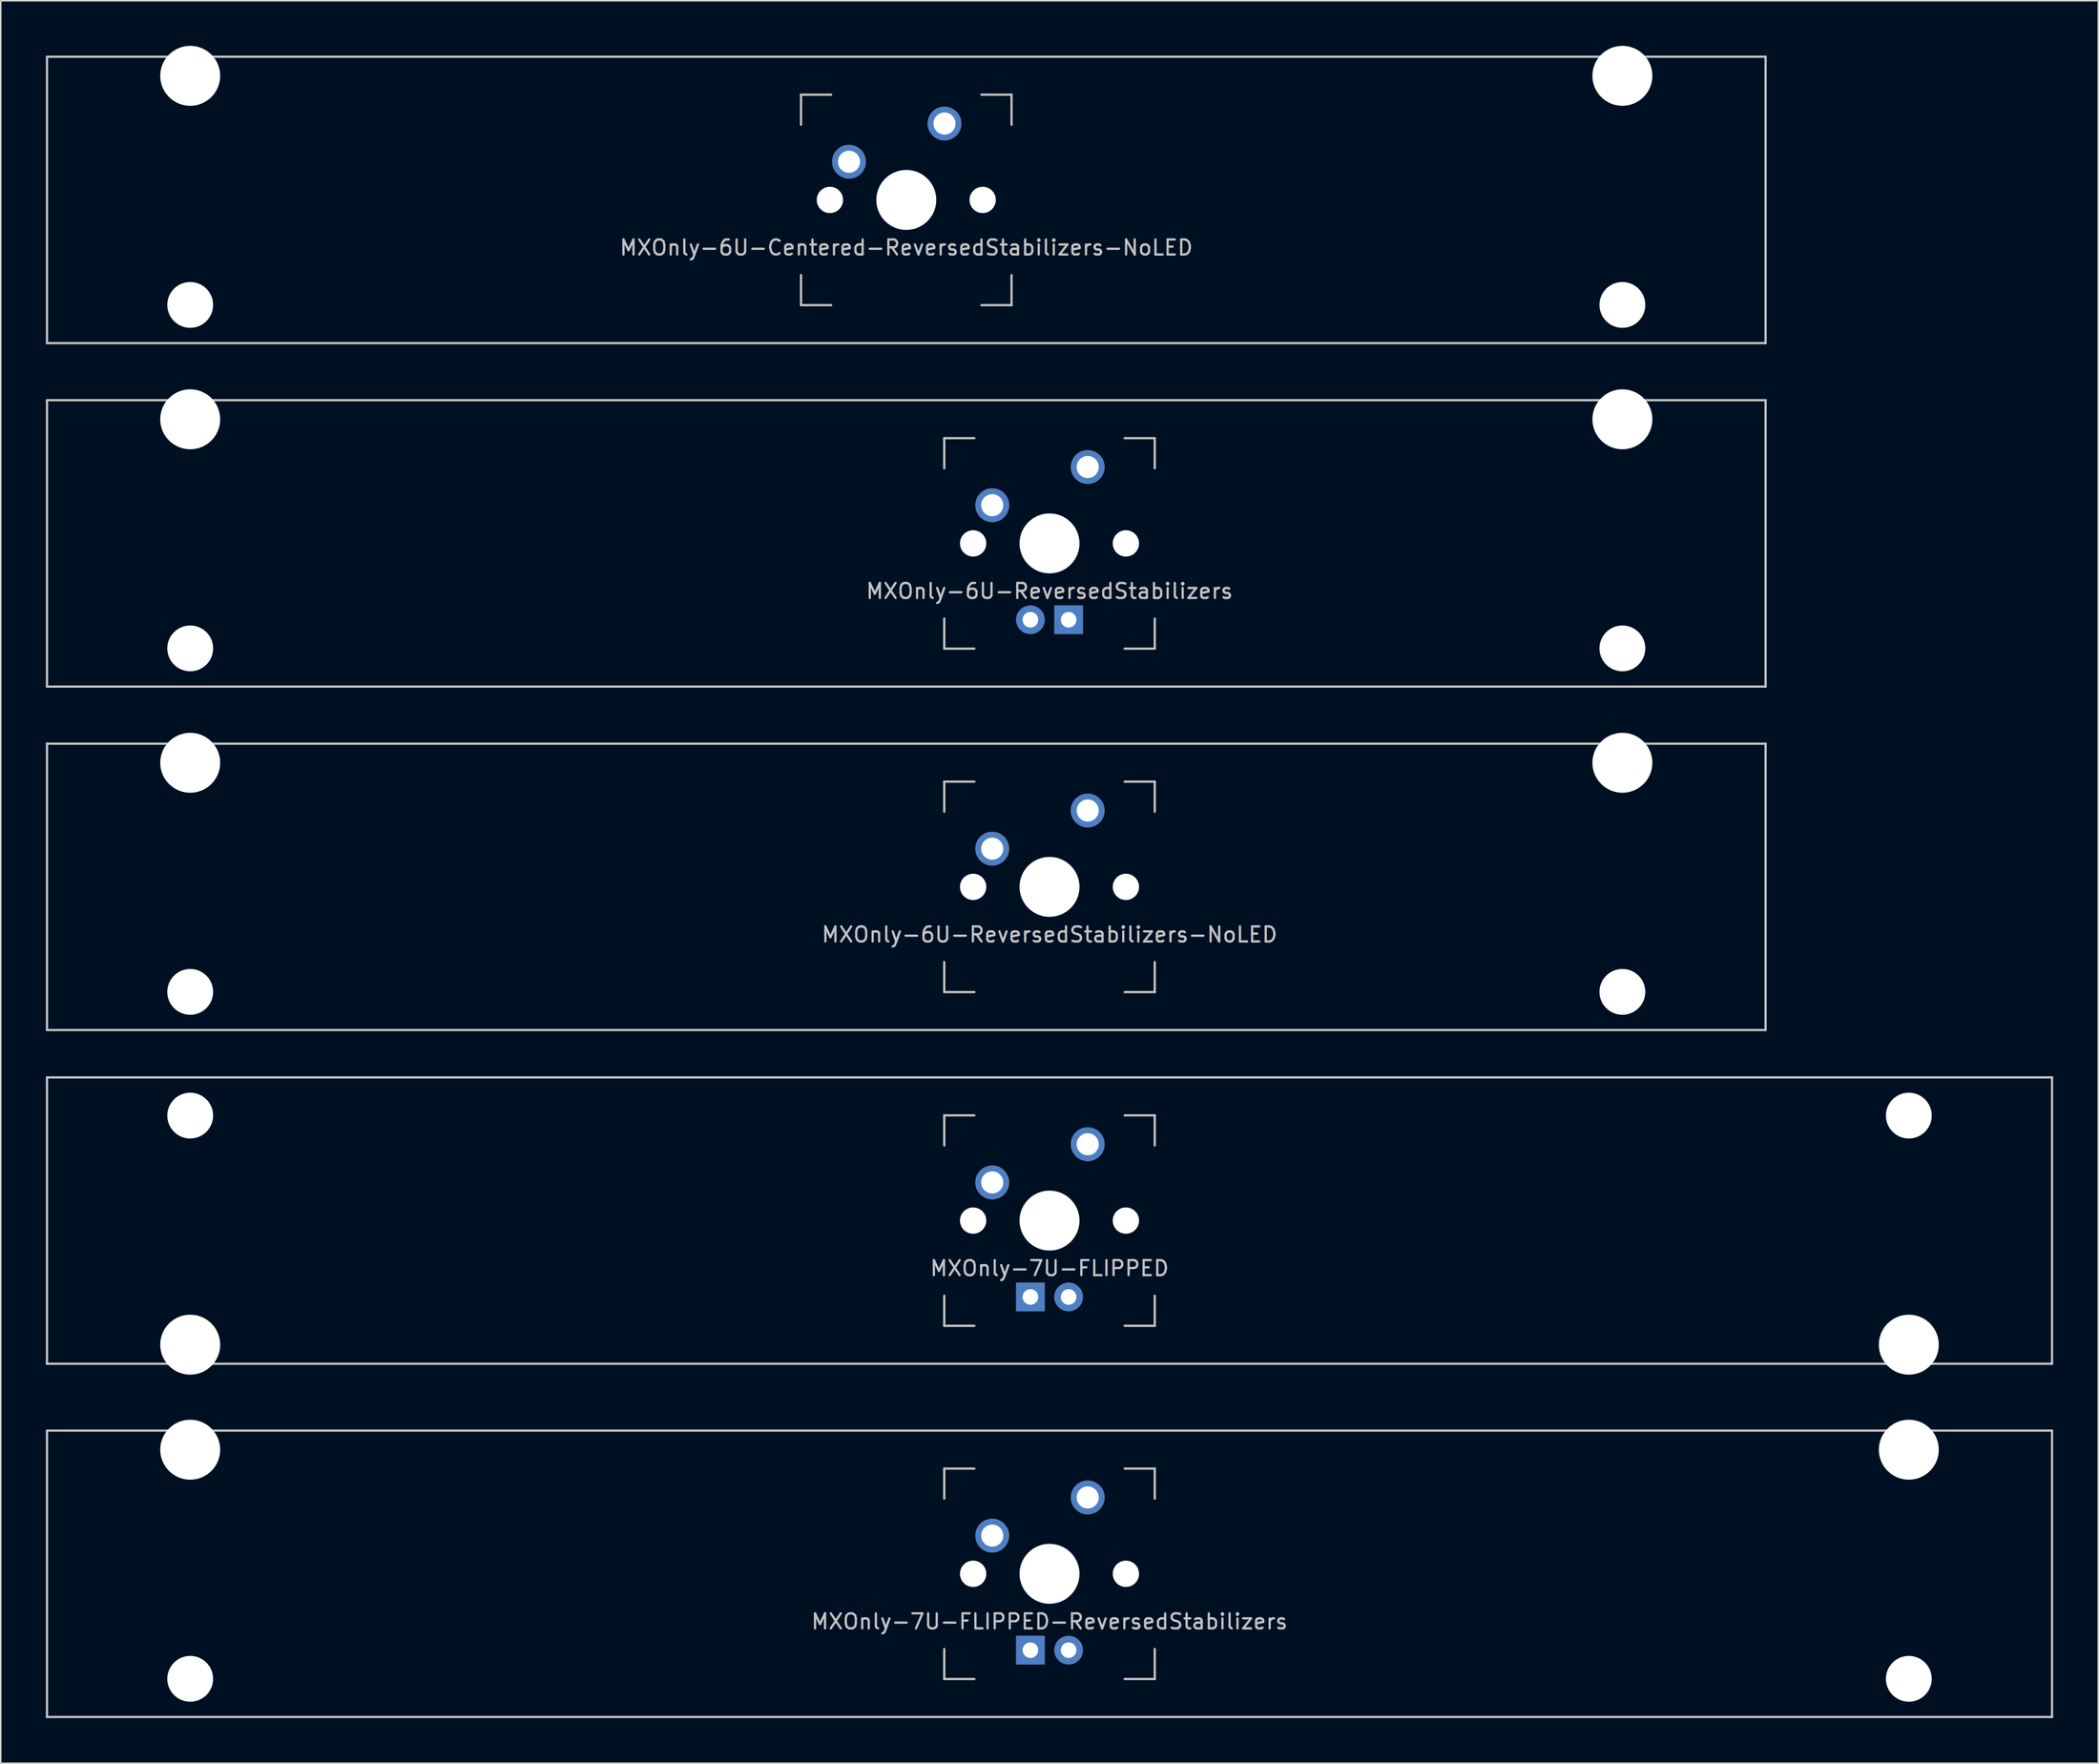
<source format=kicad_pcb>
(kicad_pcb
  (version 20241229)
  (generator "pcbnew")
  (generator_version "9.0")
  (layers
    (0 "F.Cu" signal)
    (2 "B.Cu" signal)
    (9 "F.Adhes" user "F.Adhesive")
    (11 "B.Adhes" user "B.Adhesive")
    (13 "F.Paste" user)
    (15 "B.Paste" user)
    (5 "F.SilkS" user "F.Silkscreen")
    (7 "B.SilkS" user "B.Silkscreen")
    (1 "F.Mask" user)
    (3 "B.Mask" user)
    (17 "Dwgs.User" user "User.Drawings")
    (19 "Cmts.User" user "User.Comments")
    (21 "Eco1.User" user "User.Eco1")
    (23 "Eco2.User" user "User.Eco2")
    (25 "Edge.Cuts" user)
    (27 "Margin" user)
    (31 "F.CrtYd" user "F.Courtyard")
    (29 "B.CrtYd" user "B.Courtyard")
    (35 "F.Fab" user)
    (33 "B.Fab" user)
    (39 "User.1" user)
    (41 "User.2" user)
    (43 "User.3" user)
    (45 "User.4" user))
  (footprint "MXOnly-6U-ReversedStabilizers"
    (layer "F.Cu")
    (at 57.225 33.098)
    (property "Reference" "MXOnly-6U-ReversedStabilizers" (at 9.525 3.175 0) (layer "Dwgs.User") (effects (font (size 1 1) (thickness 0.15))))
    (attr through_hole)
    (fp_line (start -57.15 -9.525) (end 57.15 -9.525) (stroke (width 0.15) (type solid)) (layer "Dwgs.User"))
    (fp_line (start -57.15 9.525) (end -57.15 -9.525) (stroke (width 0.15) (type solid)) (layer "Dwgs.User"))
    (fp_line (start -57.15 9.525) (end 57.15 9.525) (stroke (width 0.15) (type solid)) (layer "Dwgs.User"))
    (fp_line (start 2.525 -7) (end 2.525 -5) (stroke (width 0.15) (type solid)) (layer "Dwgs.User"))
    (fp_line (start 2.525 5) (end 2.525 7) (stroke (width 0.15) (type solid)) (layer "Dwgs.User"))
    (fp_line (start 2.525 7) (end 4.525 7) (stroke (width 0.15) (type solid)) (layer "Dwgs.User"))
    (fp_line (start 4.525 -7) (end 2.525 -7) (stroke (width 0.15) (type solid)) (layer "Dwgs.User"))
    (fp_line (start 14.525 -7) (end 16.525 -7) (stroke (width 0.15) (type solid)) (layer "Dwgs.User"))
    (fp_line (start 14.525 7) (end 16.525 7) (stroke (width 0.15) (type solid)) (layer "Dwgs.User"))
    (fp_line (start 16.525 -7) (end 16.525 -5) (stroke (width 0.15) (type solid)) (layer "Dwgs.User"))
    (fp_line (start 16.525 7) (end 16.525 5) (stroke (width 0.15) (type solid)) (layer "Dwgs.User"))
    (fp_line (start 57.15 -9.525) (end 57.15 9.525) (stroke (width 0.15) (type solid)) (layer "Dwgs.User"))
    (pad "" np_thru_hole circle (at -47.625 -8.255) (size 3.988 3.988) (drill 3.988) (layers "*.Cu" "*.Mask"))
    (pad "" np_thru_hole circle (at -47.625 6.985) (size 3.048 3.048) (drill 3.048) (layers "*.Cu" "*.Mask"))
    (pad "" np_thru_hole circle (at 4.445 0 48.1) (size 1.75 1.75) (drill 1.75) (layers "*.Cu" "*.Mask"))
    (pad "" np_thru_hole circle (at 9.525 0) (size 3.988 3.988) (drill 3.988) (layers "*.Cu" "*.Mask"))
    (pad "" np_thru_hole circle (at 14.605 0 48.1) (size 1.75 1.75) (drill 1.75) (layers "*.Cu" "*.Mask"))
    (pad "" np_thru_hole circle (at 47.625 -8.255) (size 3.988 3.988) (drill 3.988) (layers "*.Cu" "*.Mask"))
    (pad "" np_thru_hole circle (at 47.625 6.985) (size 3.048 3.048) (drill 3.048) (layers "*.Cu" "*.Mask"))
    (pad "1" thru_hole circle (at 5.715 -2.54) (size 2.25 2.25) (drill 1.47) (layers "*.Cu" "B.Mask"))
    (pad "2" thru_hole circle (at 12.065 -5.08) (size 2.25 2.25) (drill 1.47) (layers "*.Cu" "B.Mask"))
    (pad "3" thru_hole circle (at 8.255 5.08) (size 1.905 1.905) (drill 1.04) (layers "*.Cu" "B.Mask"))
    (pad "4" thru_hole rect (at 10.795 5.08) (size 1.905 1.905) (drill 1.04) (layers "*.Cu" "B.Mask")))
  (footprint "MXOnly-6U-ReversedStabilizers-NoLED"
    (layer "F.Cu")
    (at 57.225 55.947)
    (property "Reference" "MXOnly-6U-ReversedStabilizers-NoLED" (at 9.525 3.175 0) (layer "Dwgs.User") (effects (font (size 1 1) (thickness 0.15))))
    (attr through_hole)
    (fp_line (start -57.15 -9.525) (end 57.15 -9.525) (stroke (width 0.15) (type solid)) (layer "Dwgs.User"))
    (fp_line (start -57.15 9.525) (end -57.15 -9.525) (stroke (width 0.15) (type solid)) (layer "Dwgs.User"))
    (fp_line (start -57.15 9.525) (end 57.15 9.525) (stroke (width 0.15) (type solid)) (layer "Dwgs.User"))
    (fp_line (start 2.525 -7) (end 2.525 -5) (stroke (width 0.15) (type solid)) (layer "Dwgs.User"))
    (fp_line (start 2.525 5) (end 2.525 7) (stroke (width 0.15) (type solid)) (layer "Dwgs.User"))
    (fp_line (start 2.525 7) (end 4.525 7) (stroke (width 0.15) (type solid)) (layer "Dwgs.User"))
    (fp_line (start 4.525 -7) (end 2.525 -7) (stroke (width 0.15) (type solid)) (layer "Dwgs.User"))
    (fp_line (start 14.525 -7) (end 16.525 -7) (stroke (width 0.15) (type solid)) (layer "Dwgs.User"))
    (fp_line (start 14.525 7) (end 16.525 7) (stroke (width 0.15) (type solid)) (layer "Dwgs.User"))
    (fp_line (start 16.525 -7) (end 16.525 -5) (stroke (width 0.15) (type solid)) (layer "Dwgs.User"))
    (fp_line (start 16.525 7) (end 16.525 5) (stroke (width 0.15) (type solid)) (layer "Dwgs.User"))
    (fp_line (start 57.15 -9.525) (end 57.15 9.525) (stroke (width 0.15) (type solid)) (layer "Dwgs.User"))
    (pad "" np_thru_hole circle (at -47.625 -8.255) (size 3.988 3.988) (drill 3.988) (layers "*.Cu" "*.Mask"))
    (pad "" np_thru_hole circle (at -47.625 6.985) (size 3.048 3.048) (drill 3.048) (layers "*.Cu" "*.Mask"))
    (pad "" np_thru_hole circle (at 4.445 0 48.1) (size 1.75 1.75) (drill 1.75) (layers "*.Cu" "*.Mask"))
    (pad "" np_thru_hole circle (at 9.525 0) (size 3.988 3.988) (drill 3.988) (layers "*.Cu" "*.Mask"))
    (pad "" np_thru_hole circle (at 14.605 0 48.1) (size 1.75 1.75) (drill 1.75) (layers "*.Cu" "*.Mask"))
    (pad "" np_thru_hole circle (at 47.625 -8.255) (size 3.988 3.988) (drill 3.988) (layers "*.Cu" "*.Mask"))
    (pad "" np_thru_hole circle (at 47.625 6.985) (size 3.048 3.048) (drill 3.048) (layers "*.Cu" "*.Mask"))
    (pad "1" thru_hole circle (at 5.715 -2.54) (size 2.25 2.25) (drill 1.47) (layers "*.Cu" "B.Mask"))
    (pad "2" thru_hole circle (at 12.065 -5.08) (size 2.25 2.25) (drill 1.47) (layers "*.Cu" "B.Mask")))
  (footprint "MXOnly-6U-Centered-ReversedStabilizers-NoLED"
    (layer "F.Cu")
    (at 57.225 10.249)
    (property "Reference" "MXOnly-6U-Centered-ReversedStabilizers-NoLED" (at 0 3.175 0) (layer "Dwgs.User") (effects (font (size 1 1) (thickness 0.15))))
    (attr through_hole)
    (fp_line (start -57.15 -9.525) (end 57.15 -9.525) (stroke (width 0.15) (type solid)) (layer "Dwgs.User"))
    (fp_line (start -57.15 9.525) (end -57.15 -9.525) (stroke (width 0.15) (type solid)) (layer "Dwgs.User"))
    (fp_line (start -57.15 9.525) (end 57.15 9.525) (stroke (width 0.15) (type solid)) (layer "Dwgs.User"))
    (fp_line (start -7 -7) (end -7 -5) (stroke (width 0.15) (type solid)) (layer "Dwgs.User"))
    (fp_line (start -7 5) (end -7 7) (stroke (width 0.15) (type solid)) (layer "Dwgs.User"))
    (fp_line (start -7 7) (end -5 7) (stroke (width 0.15) (type solid)) (layer "Dwgs.User"))
    (fp_line (start -5 -7) (end -7 -7) (stroke (width 0.15) (type solid)) (layer "Dwgs.User"))
    (fp_line (start 5 -7) (end 7 -7) (stroke (width 0.15) (type solid)) (layer "Dwgs.User"))
    (fp_line (start 5 7) (end 7 7) (stroke (width 0.15) (type solid)) (layer "Dwgs.User"))
    (fp_line (start 7 -7) (end 7 -5) (stroke (width 0.15) (type solid)) (layer "Dwgs.User"))
    (fp_line (start 7 7) (end 7 5) (stroke (width 0.15) (type solid)) (layer "Dwgs.User"))
    (fp_line (start 57.15 -9.525) (end 57.15 9.525) (stroke (width 0.15) (type solid)) (layer "Dwgs.User"))
    (pad "" np_thru_hole circle (at -47.625 -8.255) (size 3.988 3.988) (drill 3.988) (layers "*.Cu" "*.Mask"))
    (pad "" np_thru_hole circle (at -47.625 6.985) (size 3.048 3.048) (drill 3.048) (layers "*.Cu" "*.Mask"))
    (pad "" np_thru_hole circle (at -5.08 0 48.1) (size 1.75 1.75) (drill 1.75) (layers "*.Cu" "*.Mask"))
    (pad "" np_thru_hole circle (at 0 0) (size 3.988 3.988) (drill 3.988) (layers "*.Cu" "*.Mask"))
    (pad "" np_thru_hole circle (at 5.08 0 48.1) (size 1.75 1.75) (drill 1.75) (layers "*.Cu" "*.Mask"))
    (pad "" np_thru_hole circle (at 47.625 -8.255) (size 3.988 3.988) (drill 3.988) (layers "*.Cu" "*.Mask"))
    (pad "" np_thru_hole circle (at 47.625 6.985) (size 3.048 3.048) (drill 3.048) (layers "*.Cu" "*.Mask"))
    (pad "1" thru_hole circle (at -3.81 -2.54) (size 2.25 2.25) (drill 1.47) (layers "*.Cu" "B.Mask"))
    (pad "2" thru_hole circle (at 2.54 -5.08) (size 2.25 2.25) (drill 1.47) (layers "*.Cu" "B.Mask")))
  (footprint "MXOnly-7U-FLIPPED"
    (layer "F.Cu")
    (at 66.75 78.147)
    (property "Reference" "MXOnly-7U-FLIPPED" (at 0 3.175 0) (layer "Dwgs.User") (effects (font (size 1 1) (thickness 0.15))))
    (attr through_hole)
    (fp_line (start -66.675 -9.525) (end 66.675 -9.525) (stroke (width 0.15) (type solid)) (layer "Dwgs.User"))
    (fp_line (start -66.675 9.525) (end -66.675 -9.525) (stroke (width 0.15) (type solid)) (layer "Dwgs.User"))
    (fp_line (start -66.675 9.525) (end 66.675 9.525) (stroke (width 0.15) (type solid)) (layer "Dwgs.User"))
    (fp_line (start -7 -7) (end -7 -5) (stroke (width 0.15) (type solid)) (layer "Dwgs.User"))
    (fp_line (start -7 5) (end -7 7) (stroke (width 0.15) (type solid)) (layer "Dwgs.User"))
    (fp_line (start -7 7) (end -5 7) (stroke (width 0.15) (type solid)) (layer "Dwgs.User"))
    (fp_line (start -5 -7) (end -7 -7) (stroke (width 0.15) (type solid)) (layer "Dwgs.User"))
    (fp_line (start 5 -7) (end 7 -7) (stroke (width 0.15) (type solid)) (layer "Dwgs.User"))
    (fp_line (start 5 7) (end 7 7) (stroke (width 0.15) (type solid)) (layer "Dwgs.User"))
    (fp_line (start 7 -7) (end 7 -5) (stroke (width 0.15) (type solid)) (layer "Dwgs.User"))
    (fp_line (start 7 7) (end 7 5) (stroke (width 0.15) (type solid)) (layer "Dwgs.User"))
    (fp_line (start 66.675 -9.525) (end 66.675 9.525) (stroke (width 0.15) (type solid)) (layer "Dwgs.User"))
    (pad "" np_thru_hole circle (at -57.15 -6.985) (size 3.048 3.048) (drill 3.048) (layers "*.Cu" "*.Mask"))
    (pad "" np_thru_hole circle (at -57.15 8.255) (size 3.988 3.988) (drill 3.988) (layers "*.Cu" "*.Mask"))
    (pad "" np_thru_hole circle (at -5.08 0 48.1) (size 1.75 1.75) (drill 1.75) (layers "*.Cu" "*.Mask"))
    (pad "" np_thru_hole circle (at 0 0) (size 3.988 3.988) (drill 3.988) (layers "*.Cu" "*.Mask"))
    (pad "" np_thru_hole circle (at 5.08 0 48.1) (size 1.75 1.75) (drill 1.75) (layers "*.Cu" "*.Mask"))
    (pad "" np_thru_hole circle (at 57.15 -6.985) (size 3.048 3.048) (drill 3.048) (layers "*.Cu" "*.Mask"))
    (pad "" np_thru_hole circle (at 57.15 8.255) (size 3.988 3.988) (drill 3.988) (layers "*.Cu" "*.Mask"))
    (pad "1" thru_hole circle (at -3.81 -2.54) (size 2.25 2.25) (drill 1.47) (layers "*.Cu" "B.Mask"))
    (pad "2" thru_hole circle (at 2.54 -5.08) (size 2.25 2.25) (drill 1.47) (layers "*.Cu" "B.Mask"))
    (pad "3" thru_hole circle (at 1.27 5.08) (size 1.905 1.905) (drill 1.04) (layers "*.Cu" "B.Mask"))
    (pad "4" thru_hole rect (at -1.27 5.08) (size 1.905 1.905) (drill 1.04) (layers "*.Cu" "B.Mask")))
  (footprint "MXOnly-7U-FLIPPED-ReversedStabilizers"
    (layer "F.Cu")
    (at 66.75 101.644)
    (property "Reference" "MXOnly-7U-FLIPPED-ReversedStabilizers" (at 0 3.175 0) (layer "Dwgs.User") (effects (font (size 1 1) (thickness 0.15))))
    (attr through_hole)
    (fp_line (start -66.675 -9.525) (end 66.675 -9.525) (stroke (width 0.15) (type solid)) (layer "Dwgs.User"))
    (fp_line (start -66.675 9.525) (end -66.675 -9.525) (stroke (width 0.15) (type solid)) (layer "Dwgs.User"))
    (fp_line (start -66.675 9.525) (end 66.675 9.525) (stroke (width 0.15) (type solid)) (layer "Dwgs.User"))
    (fp_line (start -7 -7) (end -7 -5) (stroke (width 0.15) (type solid)) (layer "Dwgs.User"))
    (fp_line (start -7 5) (end -7 7) (stroke (width 0.15) (type solid)) (layer "Dwgs.User"))
    (fp_line (start -7 7) (end -5 7) (stroke (width 0.15) (type solid)) (layer "Dwgs.User"))
    (fp_line (start -5 -7) (end -7 -7) (stroke (width 0.15) (type solid)) (layer "Dwgs.User"))
    (fp_line (start 5 -7) (end 7 -7) (stroke (width 0.15) (type solid)) (layer "Dwgs.User"))
    (fp_line (start 5 7) (end 7 7) (stroke (width 0.15) (type solid)) (layer "Dwgs.User"))
    (fp_line (start 7 -7) (end 7 -5) (stroke (width 0.15) (type solid)) (layer "Dwgs.User"))
    (fp_line (start 7 7) (end 7 5) (stroke (width 0.15) (type solid)) (layer "Dwgs.User"))
    (fp_line (start 66.675 -9.525) (end 66.675 9.525) (stroke (width 0.15) (type solid)) (layer "Dwgs.User"))
    (pad "" np_thru_hole circle (at -57.15 -8.255) (size 3.988 3.988) (drill 3.988) (layers "*.Cu" "*.Mask"))
    (pad "" np_thru_hole circle (at -57.15 6.985) (size 3.048 3.048) (drill 3.048) (layers "*.Cu" "*.Mask"))
    (pad "" np_thru_hole circle (at -5.08 0 48.1) (size 1.75 1.75) (drill 1.75) (layers "*.Cu" "*.Mask"))
    (pad "" np_thru_hole circle (at 0 0) (size 3.988 3.988) (drill 3.988) (layers "*.Cu" "*.Mask"))
    (pad "" np_thru_hole circle (at 5.08 0 48.1) (size 1.75 1.75) (drill 1.75) (layers "*.Cu" "*.Mask"))
    (pad "" np_thru_hole circle (at 57.15 -8.255) (size 3.988 3.988) (drill 3.988) (layers "*.Cu" "*.Mask"))
    (pad "" np_thru_hole circle (at 57.15 6.985) (size 3.048 3.048) (drill 3.048) (layers "*.Cu" "*.Mask"))
    (pad "1" thru_hole circle (at -3.81 -2.54) (size 2.25 2.25) (drill 1.47) (layers "*.Cu" "B.Mask"))
    (pad "2" thru_hole circle (at 2.54 -5.08) (size 2.25 2.25) (drill 1.47) (layers "*.Cu" "B.Mask"))
    (pad "3" thru_hole circle (at 1.27 5.08) (size 1.905 1.905) (drill 1.04) (layers "*.Cu" "B.Mask"))
    (pad "4" thru_hole rect (at -1.27 5.08) (size 1.905 1.905) (drill 1.04) (layers "*.Cu" "B.Mask")))
  (gr_rect
    (start -3 -3)
    (end 136.5 114.245)
    (stroke (width 0.1) (type default))
    (fill no)
    (layer "Edge.Cuts")))
</source>
